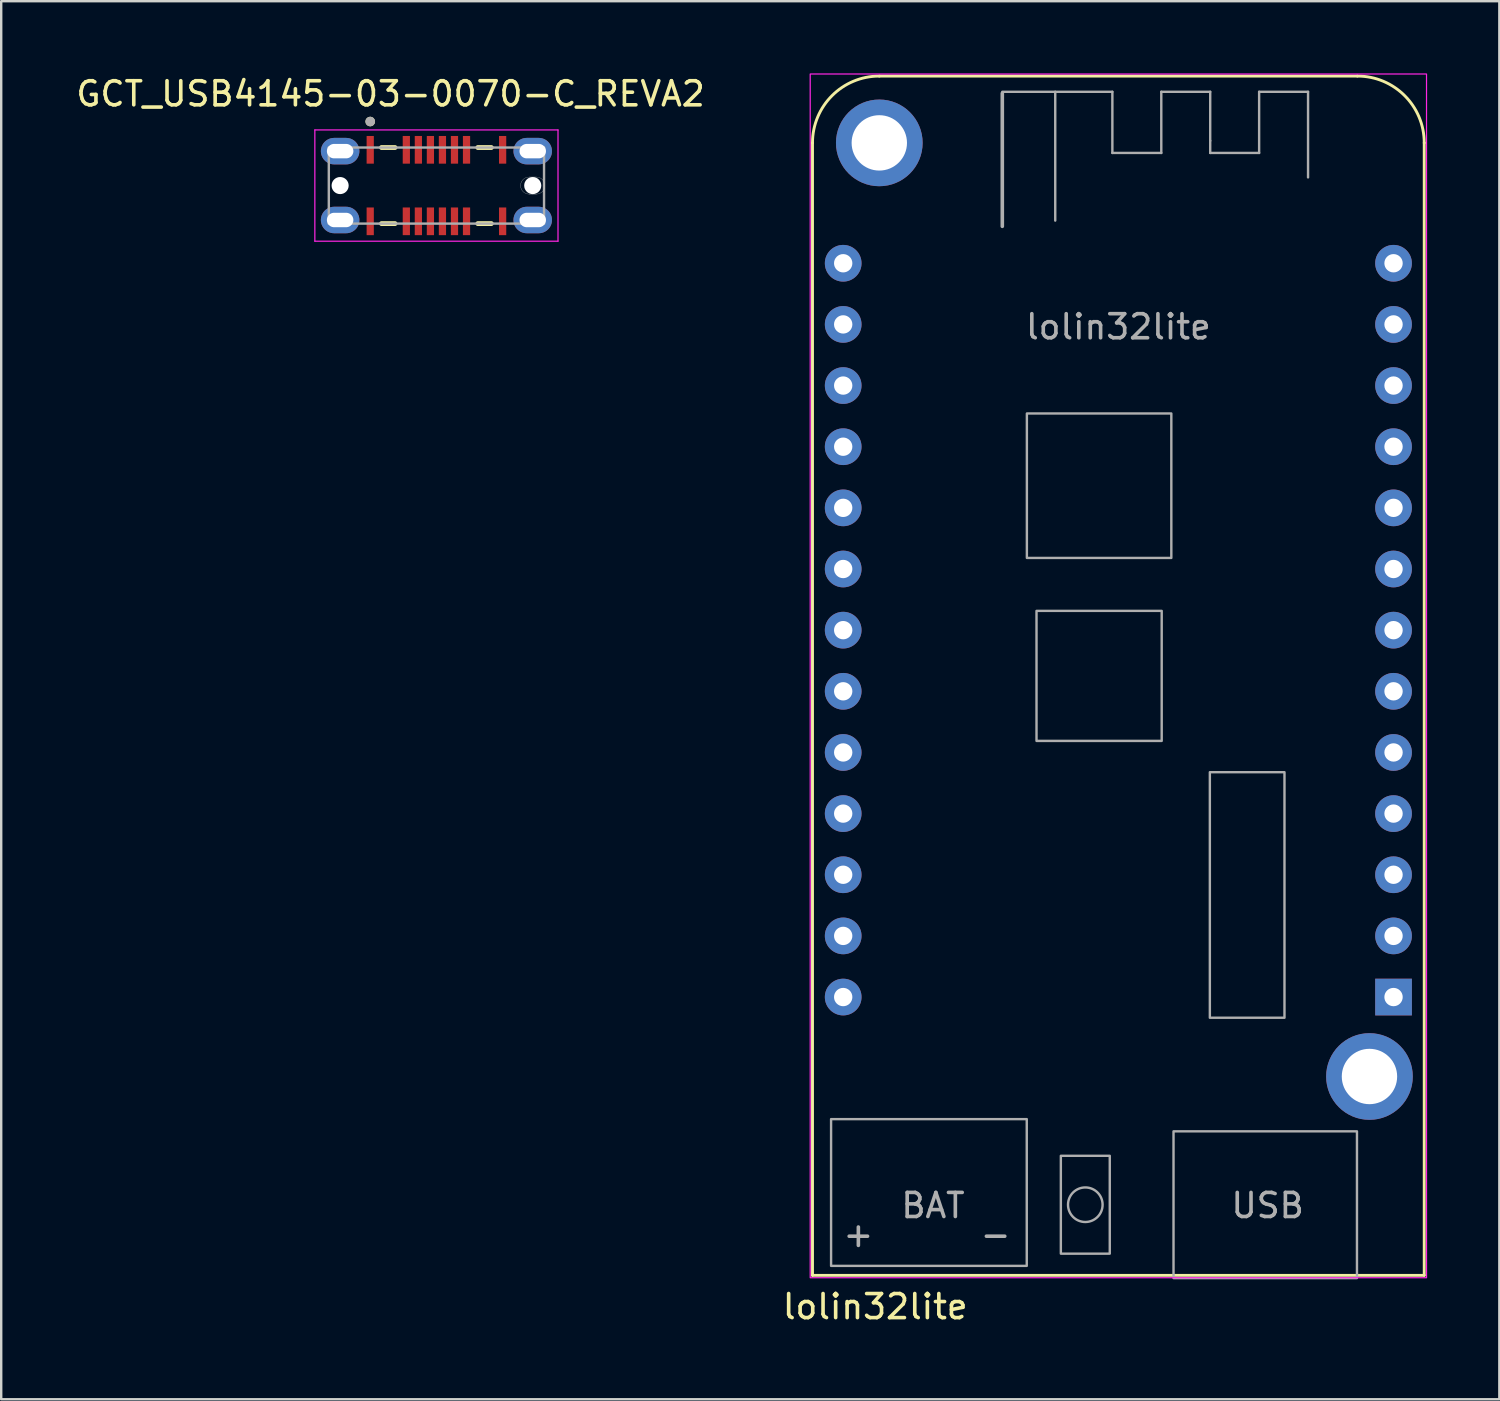
<source format=kicad_pcb>
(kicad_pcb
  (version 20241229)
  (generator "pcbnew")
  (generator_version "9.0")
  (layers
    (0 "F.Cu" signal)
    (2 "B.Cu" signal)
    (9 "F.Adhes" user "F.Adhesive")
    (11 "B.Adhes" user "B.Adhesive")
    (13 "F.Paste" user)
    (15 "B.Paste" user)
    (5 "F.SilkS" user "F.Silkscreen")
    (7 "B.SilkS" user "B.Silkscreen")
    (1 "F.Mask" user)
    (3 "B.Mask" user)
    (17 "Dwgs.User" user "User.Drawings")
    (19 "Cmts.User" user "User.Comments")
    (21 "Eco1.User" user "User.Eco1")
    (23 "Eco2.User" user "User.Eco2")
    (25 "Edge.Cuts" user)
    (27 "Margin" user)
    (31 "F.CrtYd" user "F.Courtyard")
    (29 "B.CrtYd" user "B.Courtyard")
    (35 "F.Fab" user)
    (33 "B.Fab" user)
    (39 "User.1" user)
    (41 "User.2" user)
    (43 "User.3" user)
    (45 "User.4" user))
  (footprint "lolin32lite"
    (layer "F.Cu")
    (at 54.834 38.365)
    (property "Reference" "lolin32lite" (at -21.53 12.86 0) (unlocked yes) (layer "F.SilkS") (effects (font (size 1 1) (thickness 0.15))))
    (attr through_hole)
    (fp_line (start -24.135 11.56) (end -24.135 -35.48) (stroke (width 0.12) (type solid)) (layer "F.SilkS"))
    (fp_line (start -21.36 -38.255) (end -1.5 -38.255) (stroke (width 0.12) (type solid)) (layer "F.SilkS"))
    (fp_line (start 1.275 -35.48) (end 1.275 11.56) (stroke (width 0.12) (type solid)) (layer "F.SilkS"))
    (fp_line (start 1.275 11.56) (end -24.135 11.56) (stroke (width 0.12) (type solid)) (layer "F.SilkS"))
    (fp_arc (start -24.135 -35.48) (mid -23.322221 -37.442221) (end -21.36 -38.255) (stroke (width 0.12) (type solid)) (layer "F.SilkS"))
    (fp_arc (start -1.5 -38.255) (mid 0.462221 -37.442221) (end 1.275 -35.48) (stroke (width 0.12) (type solid)) (layer "F.SilkS"))
    (fp_rect (start -24.23 -38.34) (end 1.37 11.66) (stroke (width 0.05) (type solid)) (fill no) (layer "F.CrtYd"))
    (fp_line (start -16.251 -37.602) (end -11.679 -37.602) (stroke (width 0.1) (type solid)) (layer "F.Fab"))
    (fp_line (start -16.251 -32.014) (end -16.251 -37.54) (stroke (width 0.15) (type solid)) (layer "F.Fab"))
    (fp_line (start -14.052 -32.252) (end -14.052 -37.602) (stroke (width 0.1) (type solid)) (layer "F.Fab"))
    (fp_line (start -11.679 -37.602) (end -11.679 -35.062) (stroke (width 0.1) (type solid)) (layer "F.Fab"))
    (fp_line (start -11.679 -35.062) (end -9.647 -35.062) (stroke (width 0.1) (type solid)) (layer "F.Fab"))
    (fp_line (start -9.647 -37.602) (end -7.615 -37.602) (stroke (width 0.1) (type solid)) (layer "F.Fab"))
    (fp_line (start -9.647 -35.062) (end -9.647 -37.602) (stroke (width 0.1) (type solid)) (layer "F.Fab"))
    (fp_line (start -7.615 -37.602) (end -7.615 -35.57) (stroke (width 0.1) (type solid)) (layer "F.Fab"))
    (fp_line (start -7.615 -35.57) (end -7.615 -35.062) (stroke (width 0.1) (type solid)) (layer "F.Fab"))
    (fp_line (start -7.615 -35.062) (end -5.583 -35.062) (stroke (width 0.1) (type solid)) (layer "F.Fab"))
    (fp_line (start -5.583 -37.602) (end -3.551 -37.602) (stroke (width 0.1) (type solid)) (layer "F.Fab"))
    (fp_line (start -5.583 -35.062) (end -5.583 -37.602) (stroke (width 0.1) (type solid)) (layer "F.Fab"))
    (fp_line (start -3.551 -37.602) (end -3.551 -34.046) (stroke (width 0.1) (type solid)) (layer "F.Fab"))
    (fp_rect (start -23.363 11.166) (end -15.235 5.07) (stroke (width 0.1) (type solid)) (fill no) (layer "F.Fab"))
    (fp_rect (start -15.23 -24.24) (end -9.23 -18.24) (stroke (width 0.1) (type solid)) (fill no) (layer "F.Fab"))
    (fp_rect (start -14.83 -16.04) (end -9.63 -10.64) (stroke (width 0.1) (type solid)) (fill no) (layer "F.Fab"))
    (fp_rect (start -13.819 6.594) (end -11.787 10.658) (stroke (width 0.1) (type solid)) (fill no) (layer "F.Fab"))
    (fp_rect (start -7.63 -9.34) (end -4.53 0.86) (stroke (width 0.1) (type solid)) (fill no) (layer "F.Fab"))
    (fp_rect (start -1.519 11.674) (end -9.139 5.578) (stroke (width 0.1) (type solid)) (fill no) (layer "F.Fab"))
    (fp_circle (center -12.803 8.626) (end -12.085 8.626) (stroke (width 0.1) (type solid)) (fill no) (layer "F.Fab"))
    (fp_text user "USB" (at -5.23 8.66 0) (unlocked yes) (layer "F.Fab") (effects (font (size 1 1) (thickness 0.15))))
    (fp_text user "-" (at -16.53 9.86 0) (unlocked yes) (layer "F.Fab") (effects (font (size 1 1) (thickness 0.15))))
    (fp_text user "BAT" (at -19.13 8.66 0) (unlocked yes) (layer "F.Fab") (effects (font (size 1 1) (thickness 0.15))))
    (fp_text user "+" (at -22.23 9.86 0) (unlocked yes) (layer "F.Fab") (effects (font (size 1 1) (thickness 0.15))))
    (fp_text user "${REFERENCE}" (at -11.43 -27.84 0) (unlocked yes) (layer "F.Fab") (effects (font (size 1 1) (thickness 0.15))))
    (pad "" np_thru_hole circle (at -21.36 -35.48) (size 3.6 3.6) (drill 2.3) (layers "*.Cu" "*.Mask"))
    (pad "" np_thru_hole circle (at -1 3.3) (size 3.6 3.6) (drill 2.3) (layers "*.Cu" "*.Mask"))
    (pad "1" thru_hole rect (at 0 0) (size 1.524 1.524) (drill 0.762) (layers "*.Cu" "*.Mask"))
    (pad "2" thru_hole circle (at 0 -2.54) (size 1.524 1.524) (drill 0.762) (layers "*.Cu" "*.Mask"))
    (pad "3" thru_hole circle (at 0 -5.08) (size 1.524 1.524) (drill 0.762) (layers "*.Cu" "*.Mask"))
    (pad "4" thru_hole circle (at 0 -7.62) (size 1.524 1.524) (drill 0.762) (layers "*.Cu" "*.Mask"))
    (pad "5" thru_hole circle (at 0 -10.16) (size 1.524 1.524) (drill 0.762) (layers "*.Cu" "*.Mask"))
    (pad "6" thru_hole circle (at 0 -12.7) (size 1.524 1.524) (drill 0.762) (layers "*.Cu" "*.Mask"))
    (pad "7" thru_hole circle (at 0 -15.24) (size 1.524 1.524) (drill 0.762) (layers "*.Cu" "*.Mask"))
    (pad "8" thru_hole circle (at 0 -17.78) (size 1.524 1.524) (drill 0.762) (layers "*.Cu" "*.Mask"))
    (pad "9" thru_hole circle (at 0 -20.32) (size 1.524 1.524) (drill 0.762) (layers "*.Cu" "*.Mask"))
    (pad "10" thru_hole circle (at 0 -22.86) (size 1.524 1.524) (drill 0.762) (layers "*.Cu" "*.Mask"))
    (pad "11" thru_hole circle (at 0 -25.4) (size 1.524 1.524) (drill 0.762) (layers "*.Cu" "*.Mask"))
    (pad "12" thru_hole circle (at 0 -27.94) (size 1.524 1.524) (drill 0.762) (layers "*.Cu" "*.Mask"))
    (pad "13" thru_hole circle (at 0 -30.48) (size 1.524 1.524) (drill 0.762) (layers "*.Cu" "*.Mask"))
    (pad "14" thru_hole circle (at -22.86 -30.48) (size 1.524 1.524) (drill 0.762) (layers "*.Cu" "*.Mask"))
    (pad "15" thru_hole circle (at -22.86 -27.94) (size 1.524 1.524) (drill 0.762) (layers "*.Cu" "*.Mask"))
    (pad "16" thru_hole circle (at -22.86 -25.4) (size 1.524 1.524) (drill 0.762) (layers "*.Cu" "*.Mask"))
    (pad "17" thru_hole circle (at -22.86 -22.86) (size 1.524 1.524) (drill 0.762) (layers "*.Cu" "*.Mask"))
    (pad "18" thru_hole circle (at -22.86 -20.32) (size 1.524 1.524) (drill 0.762) (layers "*.Cu" "*.Mask"))
    (pad "19" thru_hole circle (at -22.86 -17.78) (size 1.524 1.524) (drill 0.762) (layers "*.Cu" "*.Mask"))
    (pad "20" thru_hole circle (at -22.86 -15.24) (size 1.524 1.524) (drill 0.762) (layers "*.Cu" "*.Mask"))
    (pad "21" thru_hole circle (at -22.86 -12.7) (size 1.524 1.524) (drill 0.762) (layers "*.Cu" "*.Mask"))
    (pad "22" thru_hole circle (at -22.86 -10.16) (size 1.524 1.524) (drill 0.762) (layers "*.Cu" "*.Mask"))
    (pad "23" thru_hole circle (at -22.86 -7.62) (size 1.524 1.524) (drill 0.762) (layers "*.Cu" "*.Mask"))
    (pad "24" thru_hole circle (at -22.86 -5.08) (size 1.524 1.524) (drill 0.762) (layers "*.Cu" "*.Mask"))
    (pad "25" thru_hole circle (at -22.86 -2.54) (size 1.524 1.524) (drill 0.762) (layers "*.Cu" "*.Mask"))
    (pad "26" thru_hole circle (at -22.86 0) (size 1.524 1.524) (drill 0.762) (layers "*.Cu" "*.Mask")))
  (footprint "GCT_USB4145-03-0070-C_REVA2"
    (layer "F.Cu")
    (at 15.078 4.658)
    (property "Reference" "GCT_USB4145-03-0070-C_REVA2" (at -1.905 -3.81 0) (layer "F.SilkS") (effects (font (size 1 1) (thickness 0.15))))
    (attr smd)
    (fp_line (start -2.28 -1.58) (end -1.72 -1.58) (stroke (width 0.2) (type solid)) (layer "F.SilkS"))
    (fp_line (start -2.28 1.58) (end -1.72 1.58) (stroke (width 0.2) (type solid)) (layer "F.SilkS"))
    (fp_line (start 1.72 -1.58) (end 2.28 -1.58) (stroke (width 0.2) (type solid)) (layer "F.SilkS"))
    (fp_line (start 1.72 1.58) (end 2.28 1.58) (stroke (width 0.2) (type solid)) (layer "F.SilkS"))
    (fp_circle (center -2.75 -2.66) (end -2.65 -2.66) (stroke (width 0.2) (type solid)) (fill no) (layer "F.SilkS"))
    (fp_line (start 3.85 -0.355) (end 4.15 -0.355) (stroke (width 0.01) (type solid)) (layer "Edge.Cuts"))
    (fp_line (start 4.15 0.355) (end 3.85 0.355) (stroke (width 0.01) (type solid)) (layer "Edge.Cuts"))
    (fp_arc (start 3.495 0) (mid 3.598977 -0.251023) (end 3.85 -0.355) (stroke (width 0.01) (type solid)) (layer "Edge.Cuts"))
    (fp_arc (start 3.85 0.355) (mid 3.598977 0.251023) (end 3.495 0) (stroke (width 0.01) (type solid)) (layer "Edge.Cuts"))
    (fp_arc (start 4.15 -0.355) (mid 4.401023 -0.251023) (end 4.505 0) (stroke (width 0.01) (type solid)) (layer "Edge.Cuts"))
    (fp_arc (start 4.505 0) (mid 4.401023 0.251023) (end 4.15 0.355) (stroke (width 0.01) (type solid)) (layer "Edge.Cuts"))
    (fp_line (start -5.05 -2.31) (end -5.05 2.31) (stroke (width 0.05) (type solid)) (layer "F.CrtYd"))
    (fp_line (start -5.05 2.31) (end 5.05 2.31) (stroke (width 0.05) (type solid)) (layer "F.CrtYd"))
    (fp_line (start 5.05 -2.31) (end -5.05 -2.31) (stroke (width 0.05) (type solid)) (layer "F.CrtYd"))
    (fp_line (start 5.05 2.31) (end 5.05 -2.31) (stroke (width 0.05) (type solid)) (layer "F.CrtYd"))
    (fp_line (start -4.47 -1.58) (end 4.47 -1.58) (stroke (width 0.1) (type solid)) (layer "F.Fab"))
    (fp_line (start -4.47 1.58) (end -4.47 -1.58) (stroke (width 0.1) (type solid)) (layer "F.Fab"))
    (fp_line (start 4.47 -1.58) (end 4.47 1.58) (stroke (width 0.1) (type solid)) (layer "F.Fab"))
    (fp_line (start 4.47 1.58) (end -4.47 1.58) (stroke (width 0.1) (type solid)) (layer "F.Fab"))
    (fp_circle (center -2.75 -2.66) (end -2.65 -2.66) (stroke (width 0.2) (type solid)) (fill no) (layer "F.Fab"))
    (pad "" np_thru_hole circle (at -4 0) (size 0.71 0.71) (drill 0.71) (layers "*.Cu" "*.Mask"))
    (pad "" np_thru_hole circle (at 4 0) (size 0.71 0.71) (drill 0.71) (layers "*.Cu" "*.Mask"))
    (pad "A1" smd rect (at -2.75 -1.485) (size 0.3 1.15) (layers "F.Cu" "F.Mask" "F.Paste"))
    (pad "A4" smd rect (at -1.25 -1.485) (size 0.3 1.15) (layers "F.Cu" "F.Mask" "F.Paste"))
    (pad "A5" smd rect (at -0.75 -1.485) (size 0.3 1.15) (layers "F.Cu" "F.Mask" "F.Paste"))
    (pad "A6" smd rect (at -0.25 -1.485) (size 0.3 1.15) (layers "F.Cu" "F.Mask" "F.Paste"))
    (pad "A7" smd rect (at 0.25 -1.485) (size 0.3 1.15) (layers "F.Cu" "F.Mask" "F.Paste"))
    (pad "A8" smd rect (at 0.75 -1.485) (size 0.3 1.15) (layers "F.Cu" "F.Mask" "F.Paste"))
    (pad "A9" smd rect (at 1.25 -1.485) (size 0.3 1.15) (layers "F.Cu" "F.Mask" "F.Paste"))
    (pad "A12" smd rect (at 2.75 -1.485) (size 0.3 1.15) (layers "F.Cu" "F.Mask" "F.Paste"))
    (pad "B1" smd rect (at 2.75 1.485) (size 0.3 1.15) (layers "F.Cu" "F.Mask" "F.Paste"))
    (pad "B4" smd rect (at 1.25 1.485) (size 0.3 1.15) (layers "F.Cu" "F.Mask" "F.Paste"))
    (pad "B5" smd rect (at 0.75 1.485) (size 0.3 1.15) (layers "F.Cu" "F.Mask" "F.Paste"))
    (pad "B6" smd rect (at 0.25 1.485) (size 0.3 1.15) (layers "F.Cu" "F.Mask" "F.Paste"))
    (pad "B7" smd rect (at -0.25 1.485) (size 0.3 1.15) (layers "F.Cu" "F.Mask" "F.Paste"))
    (pad "B8" smd rect (at -0.75 1.485) (size 0.3 1.15) (layers "F.Cu" "F.Mask" "F.Paste"))
    (pad "B9" smd rect (at -1.25 1.485) (size 0.3 1.15) (layers "F.Cu" "F.Mask" "F.Paste"))
    (pad "B12" smd rect (at -2.75 1.485) (size 0.3 1.15) (layers "F.Cu" "F.Mask" "F.Paste"))
    (pad "S1" thru_hole oval (at -4 -1.43) (size 1.6 1.1) (drill oval 1.1 0.6) (layers "*.Cu" "*.Mask"))
    (pad "S2" thru_hole oval (at 4 -1.43) (size 1.6 1.1) (drill oval 1.1 0.6) (layers "*.Cu" "*.Mask"))
    (pad "S3" thru_hole oval (at -4 1.43) (size 1.6 1.1) (drill oval 1.1 0.6) (layers "*.Cu" "*.Mask"))
    (pad "S4" thru_hole oval (at 4 1.43) (size 1.6 1.1) (drill oval 1.1 0.6) (layers "*.Cu" "*.Mask")))
  (gr_rect
    (start -3 -3)
    (end 59.229 55.073)
    (stroke (width 0.1) (type default))
    (fill no)
    (layer "Edge.Cuts")))
</source>
